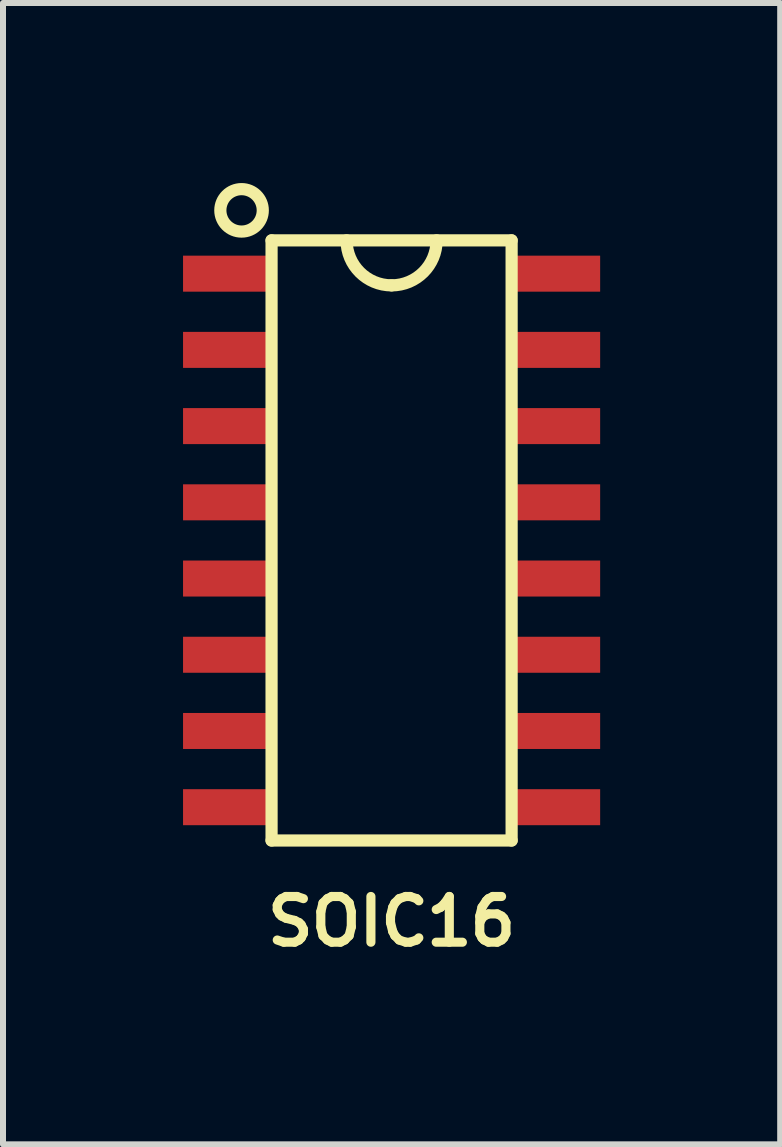
<source format=kicad_pcb>
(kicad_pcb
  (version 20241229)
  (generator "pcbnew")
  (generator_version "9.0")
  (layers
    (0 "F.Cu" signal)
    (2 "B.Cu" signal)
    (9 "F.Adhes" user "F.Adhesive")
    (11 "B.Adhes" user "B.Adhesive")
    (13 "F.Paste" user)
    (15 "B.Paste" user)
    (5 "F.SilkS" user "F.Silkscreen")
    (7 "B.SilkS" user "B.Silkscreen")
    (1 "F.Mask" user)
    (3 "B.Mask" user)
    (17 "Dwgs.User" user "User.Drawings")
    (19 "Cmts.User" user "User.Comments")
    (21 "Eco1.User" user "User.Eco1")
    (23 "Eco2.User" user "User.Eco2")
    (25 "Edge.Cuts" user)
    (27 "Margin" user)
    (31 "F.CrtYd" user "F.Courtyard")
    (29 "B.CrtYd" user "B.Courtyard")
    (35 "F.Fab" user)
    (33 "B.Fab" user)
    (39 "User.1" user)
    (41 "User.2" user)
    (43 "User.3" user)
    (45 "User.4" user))
  (footprint "SOIC16"
    (layer "F.Cu")
    (at 3.475 5.955)
    (property "Reference" "SOIC16" (at 0 6.35 0) (layer "F.SilkS") (effects (font (size 0.762 0.762) (thickness 0.152))))
    (attr smd)
    (fp_line (start -2 -5) (end -2 5) (stroke (width 0.203) (type solid)) (layer "F.SilkS"))
    (fp_line (start -2 5) (end 2 5) (stroke (width 0.203) (type solid)) (layer "F.SilkS"))
    (fp_line (start 2 -5) (end -2 -5) (stroke (width 0.203) (type solid)) (layer "F.SilkS"))
    (fp_line (start 2 5) (end 2 -5) (stroke (width 0.203) (type solid)) (layer "F.SilkS"))
    (fp_arc (start 0 -4.25) (mid -0.53033 -4.46967) (end -0.75 -5) (stroke (width 0.2032) (type solid)) (layer "F.SilkS"))
    (fp_arc (start 0.75 -5) (mid 0.53033 -4.46967) (end 0 -4.25) (stroke (width 0.2032) (type solid)) (layer "F.SilkS"))
    (fp_circle (center -2.5 -5.5) (end -2.25 -5.25) (stroke (width 0.203) (type solid)) (fill no) (layer "F.SilkS"))
    (pad "1" smd rect (at -2.7 -4.445) (size 1.55 0.6) (layers "F.Cu" "F.Mask" "F.Paste"))
    (pad "2" smd rect (at -2.7 -3.175) (size 1.55 0.6) (layers "F.Cu" "F.Mask" "F.Paste"))
    (pad "3" smd rect (at -2.7 -1.905) (size 1.55 0.6) (layers "F.Cu" "F.Mask" "F.Paste"))
    (pad "4" smd rect (at -2.7 -0.635) (size 1.55 0.6) (layers "F.Cu" "F.Mask" "F.Paste"))
    (pad "5" smd rect (at -2.7 0.635) (size 1.55 0.6) (layers "F.Cu" "F.Mask" "F.Paste"))
    (pad "6" smd rect (at -2.7 1.905) (size 1.55 0.6) (layers "F.Cu" "F.Mask" "F.Paste"))
    (pad "7" smd rect (at -2.7 3.175) (size 1.55 0.6) (layers "F.Cu" "F.Mask" "F.Paste"))
    (pad "8" smd rect (at -2.7 4.445) (size 1.55 0.6) (layers "F.Cu" "F.Mask" "F.Paste"))
    (pad "9" smd rect (at 2.7 4.445) (size 1.55 0.6) (layers "F.Cu" "F.Mask" "F.Paste"))
    (pad "10" smd rect (at 2.7 3.175) (size 1.55 0.6) (layers "F.Cu" "F.Mask" "F.Paste"))
    (pad "11" smd rect (at 2.7 1.905) (size 1.55 0.6) (layers "F.Cu" "F.Mask" "F.Paste"))
    (pad "12" smd rect (at 2.7 0.635) (size 1.55 0.6) (layers "F.Cu" "F.Mask" "F.Paste"))
    (pad "13" smd rect (at 2.7 -0.635) (size 1.55 0.6) (layers "F.Cu" "F.Mask" "F.Paste"))
    (pad "14" smd rect (at 2.7 -1.905) (size 1.55 0.6) (layers "F.Cu" "F.Mask" "F.Paste"))
    (pad "15" smd rect (at 2.7 -3.175) (size 1.55 0.6) (layers "F.Cu" "F.Mask" "F.Paste"))
    (pad "16" smd rect (at 2.7 -4.445) (size 1.55 0.6) (layers "F.Cu" "F.Mask" "F.Paste")))
  (gr_rect
    (start -3 -3)
    (end 9.95 16.018)
    (stroke (width 0.1) (type default))
    (fill no)
    (layer "Edge.Cuts")))
</source>
